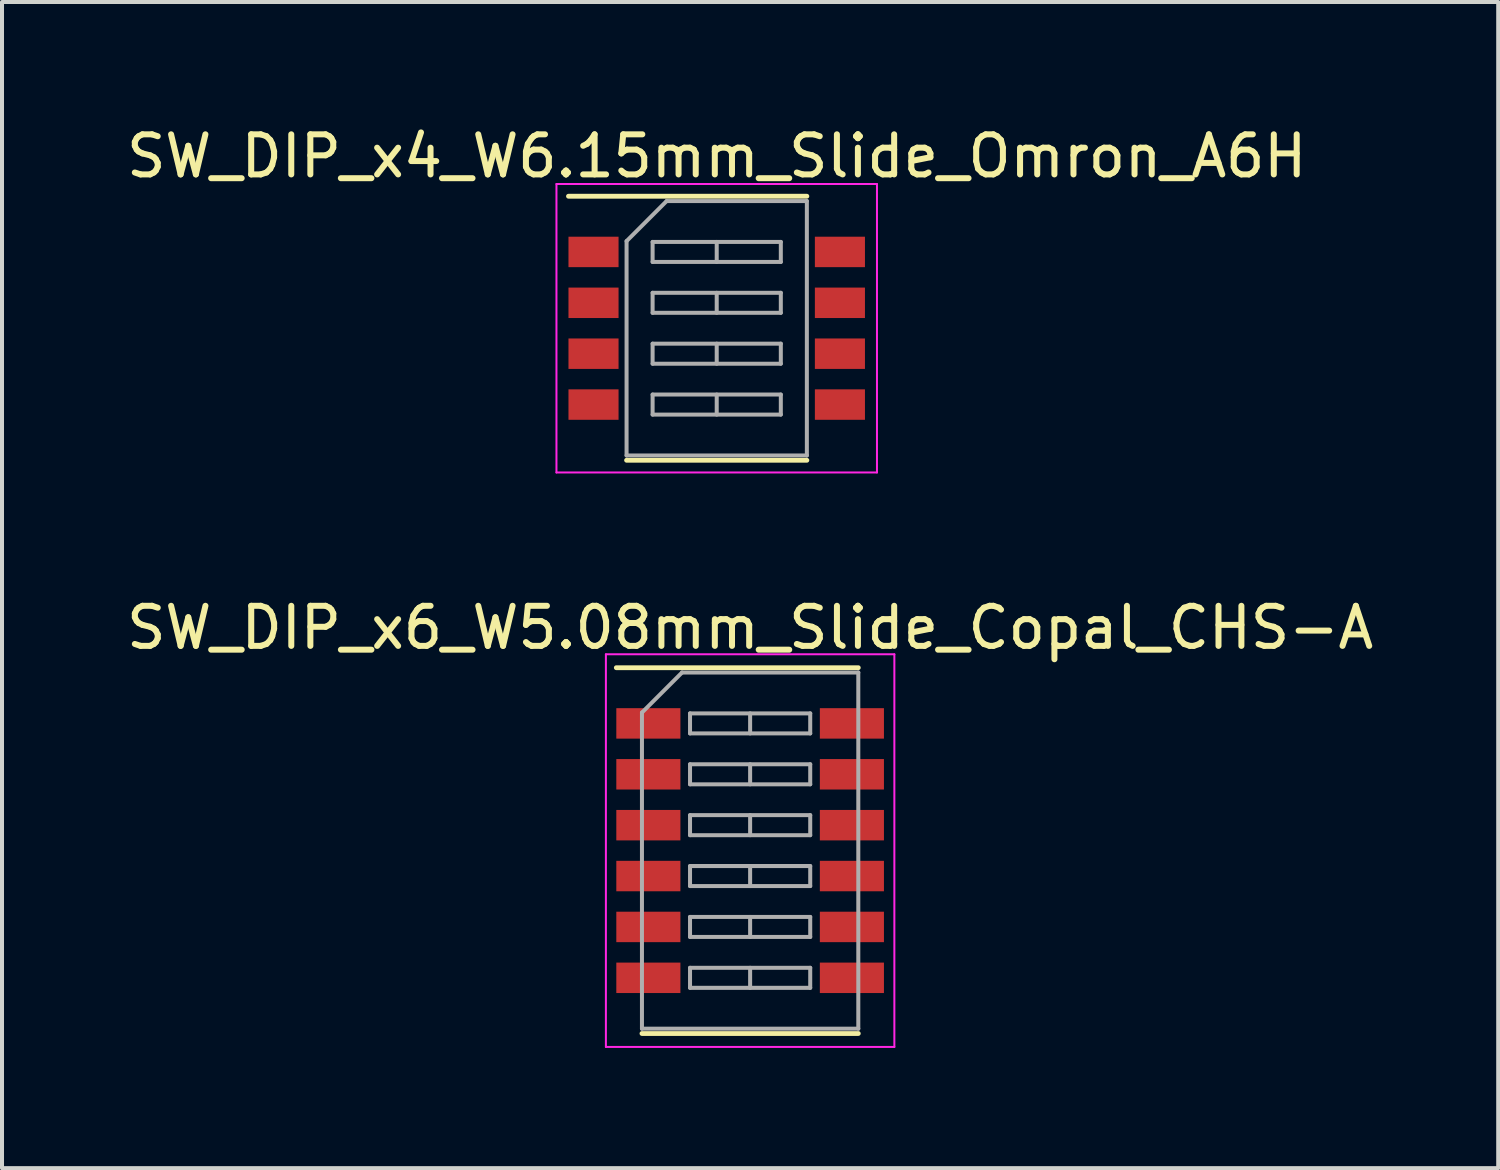
<source format=kicad_pcb>
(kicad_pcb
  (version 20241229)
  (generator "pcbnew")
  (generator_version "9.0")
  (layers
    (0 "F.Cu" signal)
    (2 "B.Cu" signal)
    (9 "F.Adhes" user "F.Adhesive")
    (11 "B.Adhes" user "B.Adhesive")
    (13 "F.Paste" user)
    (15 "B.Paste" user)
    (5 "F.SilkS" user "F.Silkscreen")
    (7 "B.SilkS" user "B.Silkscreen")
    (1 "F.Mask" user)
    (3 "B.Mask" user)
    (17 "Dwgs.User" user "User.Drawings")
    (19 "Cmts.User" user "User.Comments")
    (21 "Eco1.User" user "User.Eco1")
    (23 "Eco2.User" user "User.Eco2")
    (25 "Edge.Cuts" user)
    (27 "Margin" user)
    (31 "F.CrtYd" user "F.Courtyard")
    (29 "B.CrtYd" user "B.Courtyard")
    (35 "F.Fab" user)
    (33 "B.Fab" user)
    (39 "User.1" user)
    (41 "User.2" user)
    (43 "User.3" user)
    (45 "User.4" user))
  (footprint "SW_DIP_x6_W5.08mm_Slide_Copal_CHS-A"
    (layer "F.Cu")
    (at 15.673 18.181)
    (property "Reference" "SW_DIP_x6_W5.08mm_Slide_Copal_CHS-A" (at 0 -5.565 0) (layer "F.SilkS") (effects (font (size 1 1) (thickness 0.15))))
    (attr smd)
    (fp_line (start -3.34 -4.565) (end 2.7 -4.565) (stroke (width 0.12) (type solid)) (layer "F.SilkS"))
    (fp_line (start -2.7 4.565) (end 2.7 4.565) (stroke (width 0.12) (type solid)) (layer "F.SilkS"))
    (fp_line (start -3.6 -4.9) (end -3.6 4.9) (stroke (width 0.05) (type solid)) (layer "F.CrtYd"))
    (fp_line (start -3.6 4.9) (end 3.6 4.9) (stroke (width 0.05) (type solid)) (layer "F.CrtYd"))
    (fp_line (start 3.6 -4.9) (end -3.6 -4.9) (stroke (width 0.05) (type solid)) (layer "F.CrtYd"))
    (fp_line (start 3.6 4.9) (end 3.6 -4.9) (stroke (width 0.05) (type solid)) (layer "F.CrtYd"))
    (fp_line (start -2.7 -3.445) (end -1.7 -4.445) (stroke (width 0.1) (type solid)) (layer "F.Fab"))
    (fp_line (start -2.7 4.445) (end -2.7 -3.445) (stroke (width 0.1) (type solid)) (layer "F.Fab"))
    (fp_line (start -1.7 -4.445) (end 2.7 -4.445) (stroke (width 0.1) (type solid)) (layer "F.Fab"))
    (fp_line (start -1.5 -3.425) (end -1.5 -2.925) (stroke (width 0.1) (type solid)) (layer "F.Fab"))
    (fp_line (start -1.5 -2.925) (end 1.5 -2.925) (stroke (width 0.1) (type solid)) (layer "F.Fab"))
    (fp_line (start -1.5 -2.155) (end -1.5 -1.655) (stroke (width 0.1) (type solid)) (layer "F.Fab"))
    (fp_line (start -1.5 -1.655) (end 1.5 -1.655) (stroke (width 0.1) (type solid)) (layer "F.Fab"))
    (fp_line (start -1.5 -0.885) (end -1.5 -0.385) (stroke (width 0.1) (type solid)) (layer "F.Fab"))
    (fp_line (start -1.5 -0.385) (end 1.5 -0.385) (stroke (width 0.1) (type solid)) (layer "F.Fab"))
    (fp_line (start -1.5 0.385) (end -1.5 0.885) (stroke (width 0.1) (type solid)) (layer "F.Fab"))
    (fp_line (start -1.5 0.885) (end 1.5 0.885) (stroke (width 0.1) (type solid)) (layer "F.Fab"))
    (fp_line (start -1.5 1.655) (end -1.5 2.155) (stroke (width 0.1) (type solid)) (layer "F.Fab"))
    (fp_line (start -1.5 2.155) (end 1.5 2.155) (stroke (width 0.1) (type solid)) (layer "F.Fab"))
    (fp_line (start -1.5 2.925) (end -1.5 3.425) (stroke (width 0.1) (type solid)) (layer "F.Fab"))
    (fp_line (start -1.5 3.425) (end 1.5 3.425) (stroke (width 0.1) (type solid)) (layer "F.Fab"))
    (fp_line (start 0 -3.425) (end 0 -2.925) (stroke (width 0.1) (type solid)) (layer "F.Fab"))
    (fp_line (start 0 -2.155) (end 0 -1.655) (stroke (width 0.1) (type solid)) (layer "F.Fab"))
    (fp_line (start 0 -0.885) (end 0 -0.385) (stroke (width 0.1) (type solid)) (layer "F.Fab"))
    (fp_line (start 0 0.385) (end 0 0.885) (stroke (width 0.1) (type solid)) (layer "F.Fab"))
    (fp_line (start 0 1.655) (end 0 2.155) (stroke (width 0.1) (type solid)) (layer "F.Fab"))
    (fp_line (start 0 2.925) (end 0 3.425) (stroke (width 0.1) (type solid)) (layer "F.Fab"))
    (fp_line (start 1.5 -3.425) (end -1.5 -3.425) (stroke (width 0.1) (type solid)) (layer "F.Fab"))
    (fp_line (start 1.5 -2.925) (end 1.5 -3.425) (stroke (width 0.1) (type solid)) (layer "F.Fab"))
    (fp_line (start 1.5 -2.155) (end -1.5 -2.155) (stroke (width 0.1) (type solid)) (layer "F.Fab"))
    (fp_line (start 1.5 -1.655) (end 1.5 -2.155) (stroke (width 0.1) (type solid)) (layer "F.Fab"))
    (fp_line (start 1.5 -0.885) (end -1.5 -0.885) (stroke (width 0.1) (type solid)) (layer "F.Fab"))
    (fp_line (start 1.5 -0.385) (end 1.5 -0.885) (stroke (width 0.1) (type solid)) (layer "F.Fab"))
    (fp_line (start 1.5 0.385) (end -1.5 0.385) (stroke (width 0.1) (type solid)) (layer "F.Fab"))
    (fp_line (start 1.5 0.885) (end 1.5 0.385) (stroke (width 0.1) (type solid)) (layer "F.Fab"))
    (fp_line (start 1.5 1.655) (end -1.5 1.655) (stroke (width 0.1) (type solid)) (layer "F.Fab"))
    (fp_line (start 1.5 2.155) (end 1.5 1.655) (stroke (width 0.1) (type solid)) (layer "F.Fab"))
    (fp_line (start 1.5 2.925) (end -1.5 2.925) (stroke (width 0.1) (type solid)) (layer "F.Fab"))
    (fp_line (start 1.5 3.425) (end 1.5 2.925) (stroke (width 0.1) (type solid)) (layer "F.Fab"))
    (fp_line (start 2.7 -4.445) (end 2.7 4.445) (stroke (width 0.1) (type solid)) (layer "F.Fab"))
    (fp_line (start 2.7 4.445) (end -2.7 4.445) (stroke (width 0.1) (type solid)) (layer "F.Fab"))
    (pad "1" smd rect (at -2.54 -3.175) (size 1.6 0.76) (layers "F.Cu" "F.Mask"))
    (pad "2" smd rect (at -2.54 -1.905) (size 1.6 0.76) (layers "F.Cu" "F.Mask"))
    (pad "3" smd rect (at -2.54 -0.635) (size 1.6 0.76) (layers "F.Cu" "F.Mask"))
    (pad "4" smd rect (at -2.54 0.635) (size 1.6 0.76) (layers "F.Cu" "F.Mask"))
    (pad "5" smd rect (at -2.54 1.905) (size 1.6 0.76) (layers "F.Cu" "F.Mask"))
    (pad "6" smd rect (at -2.54 3.175) (size 1.6 0.76) (layers "F.Cu" "F.Mask"))
    (pad "7" smd rect (at 2.54 3.175) (size 1.6 0.76) (layers "F.Cu" "F.Mask"))
    (pad "8" smd rect (at 2.54 1.905) (size 1.6 0.76) (layers "F.Cu" "F.Mask"))
    (pad "9" smd rect (at 2.54 0.635) (size 1.6 0.76) (layers "F.Cu" "F.Mask"))
    (pad "10" smd rect (at 2.54 -0.635) (size 1.6 0.76) (layers "F.Cu" "F.Mask"))
    (pad "11" smd rect (at 2.54 -1.905) (size 1.6 0.76) (layers "F.Cu" "F.Mask"))
    (pad "12" smd rect (at 2.54 -3.175) (size 1.6 0.76) (layers "F.Cu" "F.Mask")))
  (footprint "SW_DIP_x4_W6.15mm_Slide_Omron_A6H"
    (layer "F.Cu")
    (at 14.839 5.143)
    (property "Reference" "SW_DIP_x4_W6.15mm_Slide_Omron_A6H" (at 0 -4.295 0) (layer "F.SilkS") (effects (font (size 1 1) (thickness 0.15))))
    (attr smd)
    (fp_line (start -3.7 -3.295) (end 2.25 -3.295) (stroke (width 0.12) (type solid)) (layer "F.SilkS"))
    (fp_line (start -2.25 3.295) (end 2.25 3.295) (stroke (width 0.12) (type solid)) (layer "F.SilkS"))
    (fp_line (start -4 -3.6) (end -4 3.6) (stroke (width 0.05) (type solid)) (layer "F.CrtYd"))
    (fp_line (start -4 3.6) (end 4 3.6) (stroke (width 0.05) (type solid)) (layer "F.CrtYd"))
    (fp_line (start 4 -3.6) (end -4 -3.6) (stroke (width 0.05) (type solid)) (layer "F.CrtYd"))
    (fp_line (start 4 3.6) (end 4 -3.6) (stroke (width 0.05) (type solid)) (layer "F.CrtYd"))
    (fp_line (start -2.25 -2.175) (end -1.25 -3.175) (stroke (width 0.1) (type solid)) (layer "F.Fab"))
    (fp_line (start -2.25 3.175) (end -2.25 -2.175) (stroke (width 0.1) (type solid)) (layer "F.Fab"))
    (fp_line (start -1.6 -2.155) (end -1.6 -1.655) (stroke (width 0.1) (type solid)) (layer "F.Fab"))
    (fp_line (start -1.6 -1.655) (end 1.6 -1.655) (stroke (width 0.1) (type solid)) (layer "F.Fab"))
    (fp_line (start -1.6 -0.885) (end -1.6 -0.385) (stroke (width 0.1) (type solid)) (layer "F.Fab"))
    (fp_line (start -1.6 -0.385) (end 1.6 -0.385) (stroke (width 0.1) (type solid)) (layer "F.Fab"))
    (fp_line (start -1.6 0.385) (end -1.6 0.885) (stroke (width 0.1) (type solid)) (layer "F.Fab"))
    (fp_line (start -1.6 0.885) (end 1.6 0.885) (stroke (width 0.1) (type solid)) (layer "F.Fab"))
    (fp_line (start -1.6 1.655) (end -1.6 2.155) (stroke (width 0.1) (type solid)) (layer "F.Fab"))
    (fp_line (start -1.6 2.155) (end 1.6 2.155) (stroke (width 0.1) (type solid)) (layer "F.Fab"))
    (fp_line (start -1.25 -3.175) (end 2.25 -3.175) (stroke (width 0.1) (type solid)) (layer "F.Fab"))
    (fp_line (start 0 -2.155) (end 0 -1.655) (stroke (width 0.1) (type solid)) (layer "F.Fab"))
    (fp_line (start 0 -0.885) (end 0 -0.385) (stroke (width 0.1) (type solid)) (layer "F.Fab"))
    (fp_line (start 0 0.385) (end 0 0.885) (stroke (width 0.1) (type solid)) (layer "F.Fab"))
    (fp_line (start 0 1.655) (end 0 2.155) (stroke (width 0.1) (type solid)) (layer "F.Fab"))
    (fp_line (start 1.6 -2.155) (end -1.6 -2.155) (stroke (width 0.1) (type solid)) (layer "F.Fab"))
    (fp_line (start 1.6 -1.655) (end 1.6 -2.155) (stroke (width 0.1) (type solid)) (layer "F.Fab"))
    (fp_line (start 1.6 -0.885) (end -1.6 -0.885) (stroke (width 0.1) (type solid)) (layer "F.Fab"))
    (fp_line (start 1.6 -0.385) (end 1.6 -0.885) (stroke (width 0.1) (type solid)) (layer "F.Fab"))
    (fp_line (start 1.6 0.385) (end -1.6 0.385) (stroke (width 0.1) (type solid)) (layer "F.Fab"))
    (fp_line (start 1.6 0.885) (end 1.6 0.385) (stroke (width 0.1) (type solid)) (layer "F.Fab"))
    (fp_line (start 1.6 1.655) (end -1.6 1.655) (stroke (width 0.1) (type solid)) (layer "F.Fab"))
    (fp_line (start 1.6 2.155) (end 1.6 1.655) (stroke (width 0.1) (type solid)) (layer "F.Fab"))
    (fp_line (start 2.25 -3.175) (end 2.25 3.175) (stroke (width 0.1) (type solid)) (layer "F.Fab"))
    (fp_line (start 2.25 3.175) (end -2.25 3.175) (stroke (width 0.1) (type solid)) (layer "F.Fab"))
    (pad "1" smd rect (at -3.075 -1.905) (size 1.25 0.76) (layers "F.Cu" "F.Mask"))
    (pad "2" smd rect (at -3.075 -0.635) (size 1.25 0.76) (layers "F.Cu" "F.Mask"))
    (pad "3" smd rect (at -3.075 0.635) (size 1.25 0.76) (layers "F.Cu" "F.Mask"))
    (pad "4" smd rect (at -3.075 1.905) (size 1.25 0.76) (layers "F.Cu" "F.Mask"))
    (pad "5" smd rect (at 3.075 1.905) (size 1.25 0.76) (layers "F.Cu" "F.Mask"))
    (pad "6" smd rect (at 3.075 0.635) (size 1.25 0.76) (layers "F.Cu" "F.Mask"))
    (pad "7" smd rect (at 3.075 -0.635) (size 1.25 0.76) (layers "F.Cu" "F.Mask"))
    (pad "8" smd rect (at 3.075 -1.905) (size 1.25 0.76) (layers "F.Cu" "F.Mask")))
  (gr_rect
    (start -3 -3)
    (end 34.345 26.107)
    (stroke (width 0.1) (type default))
    (fill no)
    (layer "Edge.Cuts")))
</source>
